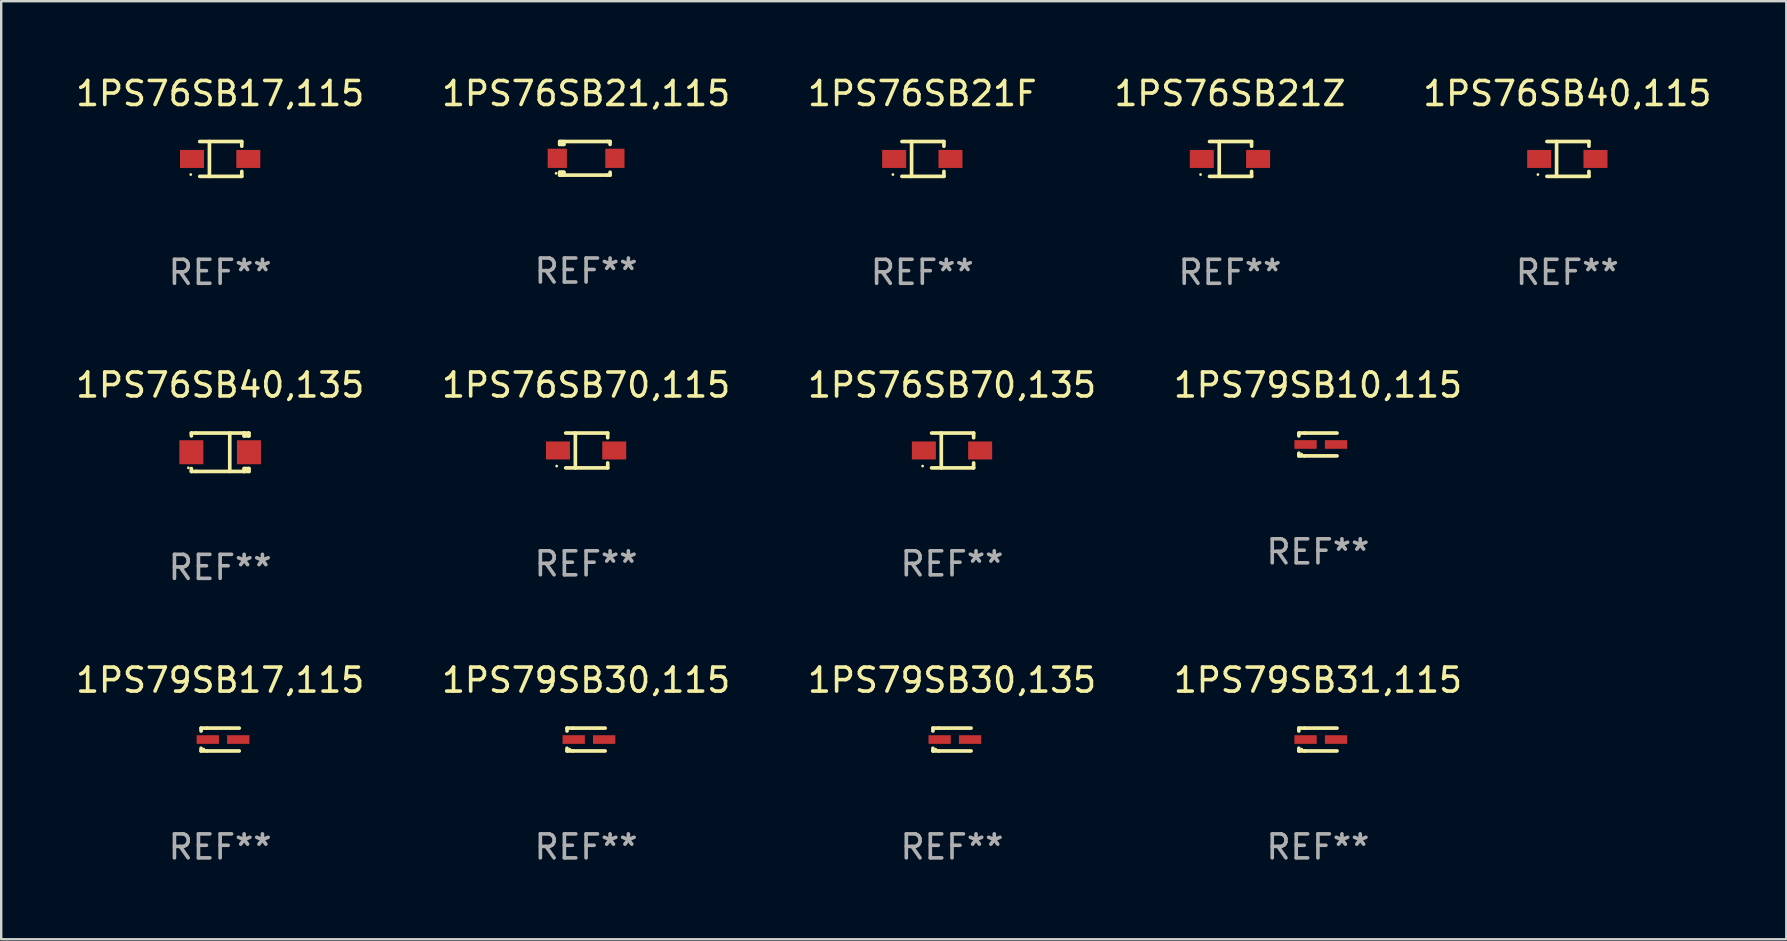
<source format=kicad_pcb>
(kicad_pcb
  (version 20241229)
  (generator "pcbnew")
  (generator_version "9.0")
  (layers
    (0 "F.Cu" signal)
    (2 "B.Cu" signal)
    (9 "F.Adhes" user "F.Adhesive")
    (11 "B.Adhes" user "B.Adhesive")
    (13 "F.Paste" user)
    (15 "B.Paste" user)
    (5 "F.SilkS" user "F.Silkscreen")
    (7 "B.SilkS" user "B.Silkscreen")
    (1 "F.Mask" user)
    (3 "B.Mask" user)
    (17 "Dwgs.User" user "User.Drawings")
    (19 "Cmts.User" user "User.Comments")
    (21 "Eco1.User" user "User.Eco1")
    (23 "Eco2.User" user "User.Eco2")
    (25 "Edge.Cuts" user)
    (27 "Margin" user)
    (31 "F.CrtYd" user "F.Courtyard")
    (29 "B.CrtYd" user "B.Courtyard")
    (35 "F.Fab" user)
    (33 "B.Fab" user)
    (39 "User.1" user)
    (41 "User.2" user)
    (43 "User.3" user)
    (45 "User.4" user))
  (footprint "1PS79SB30,115"
    (layer "F.Cu")
    (at 21.375 27.77)
    (property "Reference" "1PS79SB30,115" (at 0 -2.476 0) (layer "F.SilkS") (effects (font (size 1 1) (thickness 0.15))))
    (attr through_hole)
    (fp_line (start -0.795 -0.476) (end -0.795 -0.356) (stroke (width 0.152) (type solid)) (layer "F.SilkS"))
    (fp_line (start -0.795 0.363) (end -0.795 0.476) (stroke (width 0.152) (type solid)) (layer "F.SilkS"))
    (fp_line (start -0.795 0.476) (end -0.557 0.476) (stroke (width 0.152) (type solid)) (layer "F.SilkS"))
    (fp_line (start -0.557 -0.476) (end -0.795 -0.476) (stroke (width 0.152) (type solid)) (layer "F.SilkS"))
    (fp_line (start -0.557 -0.476) (end 0.795 -0.476) (stroke (width 0.152) (type solid)) (layer "F.SilkS"))
    (fp_line (start -0.557 0.476) (end 0.795 0.476) (stroke (width 0.152) (type solid)) (layer "F.SilkS"))
    (fp_circle (center -0.681 0.4) (end -0.651 0.4) (stroke (width 0.06) (type solid)) (fill no) (layer "F.SilkS"))
    (fp_text user "REF**" (at 0 4.476 0) (layer "F.Fab") (effects (font (size 1 1) (thickness 0.15))))
    (pad "1" smd rect (at -0.516 0 180) (size 0.93 0.36) (layers "F.Cu" "F.Mask" "F.Paste"))
    (pad "2" smd rect (at 0.754 0 180) (size 0.93 0.36) (layers "F.Cu" "F.Mask" "F.Paste")))
  (footprint "1PS79SB30,135"
    (layer "F.Cu")
    (at 36.625 27.77)
    (property "Reference" "1PS79SB30,135" (at 0 -2.476 0) (layer "F.SilkS") (effects (font (size 1 1) (thickness 0.15))))
    (attr through_hole)
    (fp_line (start -0.795 -0.476) (end -0.795 -0.356) (stroke (width 0.152) (type solid)) (layer "F.SilkS"))
    (fp_line (start -0.795 0.363) (end -0.795 0.476) (stroke (width 0.152) (type solid)) (layer "F.SilkS"))
    (fp_line (start -0.795 0.476) (end -0.557 0.476) (stroke (width 0.152) (type solid)) (layer "F.SilkS"))
    (fp_line (start -0.557 -0.476) (end -0.795 -0.476) (stroke (width 0.152) (type solid)) (layer "F.SilkS"))
    (fp_line (start -0.557 -0.476) (end 0.795 -0.476) (stroke (width 0.152) (type solid)) (layer "F.SilkS"))
    (fp_line (start -0.557 0.476) (end 0.795 0.476) (stroke (width 0.152) (type solid)) (layer "F.SilkS"))
    (fp_circle (center -0.681 0.4) (end -0.651 0.4) (stroke (width 0.06) (type solid)) (fill no) (layer "F.SilkS"))
    (fp_text user "REF**" (at 0 4.476 0) (layer "F.Fab") (effects (font (size 1 1) (thickness 0.15))))
    (pad "1" smd rect (at -0.516 0 180) (size 0.93 0.36) (layers "F.Cu" "F.Mask" "F.Paste"))
    (pad "2" smd rect (at 0.754 0 180) (size 0.93 0.36) (layers "F.Cu" "F.Mask" "F.Paste")))
  (footprint "1PS76SB21,115"
    (layer "F.Cu")
    (at 21.375 3.548)
    (property "Reference" "1PS76SB21,115" (at 0 -2.7 0) (layer "F.SilkS") (effects (font (size 1 1) (thickness 0.15))))
    (attr through_hole)
    (fp_line (start -1.1 -0.7) (end -1.1 -0.58) (stroke (width 0.152) (type solid)) (layer "F.SilkS"))
    (fp_line (start -1.1 0.58) (end -1.1 0.7) (stroke (width 0.152) (type solid)) (layer "F.SilkS"))
    (fp_line (start -1.1 0.58) (end -0.927 0.58) (stroke (width 0.152) (type solid)) (layer "F.SilkS"))
    (fp_line (start -1.1 0.7) (end 0.9 0.7) (stroke (width 0.152) (type solid)) (layer "F.SilkS"))
    (fp_line (start -1.014 -0.58) (end -1.014 -0.7) (stroke (width 0.152) (type solid)) (layer "F.SilkS"))
    (fp_line (start -1.014 0.7) (end -1.014 0.58) (stroke (width 0.152) (type solid)) (layer "F.SilkS"))
    (fp_line (start -0.927 -0.7) (end -0.927 -0.58) (stroke (width 0.152) (type solid)) (layer "F.SilkS"))
    (fp_line (start -0.927 -0.58) (end -1.1 -0.58) (stroke (width 0.152) (type solid)) (layer "F.SilkS"))
    (fp_line (start -0.927 0.58) (end -0.927 0.7) (stroke (width 0.152) (type solid)) (layer "F.SilkS"))
    (fp_line (start 0.9 -0.7) (end -1.1 -0.7) (stroke (width 0.152) (type solid)) (layer "F.SilkS"))
    (fp_line (start 0.9 0.7) (end 1 0.7) (stroke (width 0.152) (type solid)) (layer "F.SilkS"))
    (fp_line (start 1 -0.7) (end 0.9 -0.7) (stroke (width 0.152) (type solid)) (layer "F.SilkS"))
    (fp_line (start 1 -0.58) (end 1 -0.7) (stroke (width 0.152) (type solid)) (layer "F.SilkS"))
    (fp_line (start 1 0.7) (end 1 0.58) (stroke (width 0.152) (type solid)) (layer "F.SilkS"))
    (fp_circle (center -1.25 0.625) (end -1.22 0.625) (stroke (width 0.06) (type solid)) (fill no) (layer "F.SilkS"))
    (fp_text user "REF**" (at 0 4.7 0) (layer "F.Fab") (effects (font (size 1 1) (thickness 0.15))))
    (pad "1" smd rect (at -1.2 0) (size 0.8 0.8) (layers "F.Cu" "F.Mask" "F.Paste"))
    (pad "2" smd rect (at 1.2 0) (size 0.8 0.8) (layers "F.Cu" "F.Mask" "F.Paste")))
  (footprint "1PS79SB10,115"
    (layer "F.Cu")
    (at 51.875 15.473)
    (property "Reference" "1PS79SB10,115" (at 0 -2.476 0) (layer "F.SilkS") (effects (font (size 1 1) (thickness 0.15))))
    (attr through_hole)
    (fp_line (start -0.795 -0.476) (end -0.795 -0.356) (stroke (width 0.152) (type solid)) (layer "F.SilkS"))
    (fp_line (start -0.795 0.363) (end -0.795 0.476) (stroke (width 0.152) (type solid)) (layer "F.SilkS"))
    (fp_line (start -0.795 0.476) (end -0.557 0.476) (stroke (width 0.152) (type solid)) (layer "F.SilkS"))
    (fp_line (start -0.557 -0.476) (end -0.795 -0.476) (stroke (width 0.152) (type solid)) (layer "F.SilkS"))
    (fp_line (start -0.557 -0.476) (end 0.795 -0.476) (stroke (width 0.152) (type solid)) (layer "F.SilkS"))
    (fp_line (start -0.557 0.476) (end 0.795 0.476) (stroke (width 0.152) (type solid)) (layer "F.SilkS"))
    (fp_circle (center -0.681 0.4) (end -0.651 0.4) (stroke (width 0.06) (type solid)) (fill no) (layer "F.SilkS"))
    (fp_text user "REF**" (at 0 4.476 0) (layer "F.Fab") (effects (font (size 1 1) (thickness 0.15))))
    (pad "1" smd rect (at -0.516 0 180) (size 0.93 0.36) (layers "F.Cu" "F.Mask" "F.Paste"))
    (pad "2" smd rect (at 0.754 0 180) (size 0.93 0.36) (layers "F.Cu" "F.Mask" "F.Paste")))
  (footprint "1PS76SB21F"
    (layer "F.Cu")
    (at 35.387 3.574)
    (property "Reference" "1PS76SB21F" (at 0 -2.726 0) (layer "F.SilkS") (effects (font (size 1 1) (thickness 0.15))))
    (attr through_hole)
    (fp_line (start -0.851 -0.726) (end 0.901 -0.726) (stroke (width 0.152) (type solid)) (layer "F.SilkS"))
    (fp_line (start -0.851 0.726) (end 0.901 0.726) (stroke (width 0.152) (type solid)) (layer "F.SilkS"))
    (fp_line (start -0.447 -0.726) (end -0.447 0.726) (stroke (width 0.152) (type solid)) (layer "F.SilkS"))
    (fp_line (start 0.901 -0.726) (end 0.901 -0.53) (stroke (width 0.152) (type solid)) (layer "F.SilkS"))
    (fp_line (start 0.901 0.726) (end 0.901 0.52) (stroke (width 0.152) (type solid)) (layer "F.SilkS"))
    (fp_circle (center -1.225 0.65) (end -1.195 0.65) (stroke (width 0.06) (type solid)) (fill no) (layer "F.SilkS"))
    (fp_text user "REF**" (at 0 4.726 0) (layer "F.Fab") (effects (font (size 1 1) (thickness 0.15))))
    (pad "1" smd rect (at -1.173 0) (size 1 0.75) (layers "F.Cu" "F.Mask" "F.Paste"))
    (pad "2" smd rect (at 1.173 0) (size 1 0.75) (layers "F.Cu" "F.Mask" "F.Paste")))
  (footprint "1PS76SB40,115"
    (layer "F.Cu")
    (at 62.268 3.574)
    (property "Reference" "1PS76SB40,115" (at 0 -2.726 0) (layer "F.SilkS") (effects (font (size 1 1) (thickness 0.15))))
    (attr through_hole)
    (fp_line (start -0.851 -0.726) (end 0.901 -0.726) (stroke (width 0.152) (type solid)) (layer "F.SilkS"))
    (fp_line (start -0.851 0.726) (end 0.901 0.726) (stroke (width 0.152) (type solid)) (layer "F.SilkS"))
    (fp_line (start -0.447 -0.726) (end -0.447 0.726) (stroke (width 0.152) (type solid)) (layer "F.SilkS"))
    (fp_line (start 0.901 -0.726) (end 0.901 -0.53) (stroke (width 0.152) (type solid)) (layer "F.SilkS"))
    (fp_line (start 0.901 0.726) (end 0.901 0.52) (stroke (width 0.152) (type solid)) (layer "F.SilkS"))
    (fp_circle (center -1.225 0.65) (end -1.195 0.65) (stroke (width 0.06) (type solid)) (fill no) (layer "F.SilkS"))
    (fp_text user "REF**" (at 0 4.726 0) (layer "F.Fab") (effects (font (size 1 1) (thickness 0.15))))
    (pad "1" smd rect (at -1.173 0) (size 1 0.75) (layers "F.Cu" "F.Mask" "F.Paste"))
    (pad "2" smd rect (at 1.173 0) (size 1 0.75) (layers "F.Cu" "F.Mask" "F.Paste")))
  (footprint "1PS76SB21Z"
    (layer "F.Cu")
    (at 48.208 3.574)
    (property "Reference" "1PS76SB21Z" (at 0 -2.726 0) (layer "F.SilkS") (effects (font (size 1 1) (thickness 0.15))))
    (attr through_hole)
    (fp_line (start -0.851 -0.726) (end 0.901 -0.726) (stroke (width 0.152) (type solid)) (layer "F.SilkS"))
    (fp_line (start -0.851 0.726) (end 0.901 0.726) (stroke (width 0.152) (type solid)) (layer "F.SilkS"))
    (fp_line (start -0.447 -0.726) (end -0.447 0.726) (stroke (width 0.152) (type solid)) (layer "F.SilkS"))
    (fp_line (start 0.901 -0.726) (end 0.901 -0.53) (stroke (width 0.152) (type solid)) (layer "F.SilkS"))
    (fp_line (start 0.901 0.726) (end 0.901 0.52) (stroke (width 0.152) (type solid)) (layer "F.SilkS"))
    (fp_circle (center -1.225 0.65) (end -1.195 0.65) (stroke (width 0.06) (type solid)) (fill no) (layer "F.SilkS"))
    (fp_text user "REF**" (at 0 4.726 0) (layer "F.Fab") (effects (font (size 1 1) (thickness 0.15))))
    (pad "1" smd rect (at -1.173 0) (size 1 0.75) (layers "F.Cu" "F.Mask" "F.Paste"))
    (pad "2" smd rect (at 1.173 0) (size 1 0.75) (layers "F.Cu" "F.Mask" "F.Paste")))
  (footprint "1PS79SB31,115"
    (layer "F.Cu")
    (at 51.875 27.77)
    (property "Reference" "1PS79SB31,115" (at 0 -2.476 0) (layer "F.SilkS") (effects (font (size 1 1) (thickness 0.15))))
    (attr through_hole)
    (fp_line (start -0.795 -0.476) (end -0.795 -0.356) (stroke (width 0.152) (type solid)) (layer "F.SilkS"))
    (fp_line (start -0.795 0.363) (end -0.795 0.476) (stroke (width 0.152) (type solid)) (layer "F.SilkS"))
    (fp_line (start -0.795 0.476) (end -0.557 0.476) (stroke (width 0.152) (type solid)) (layer "F.SilkS"))
    (fp_line (start -0.557 -0.476) (end -0.795 -0.476) (stroke (width 0.152) (type solid)) (layer "F.SilkS"))
    (fp_line (start -0.557 -0.476) (end 0.795 -0.476) (stroke (width 0.152) (type solid)) (layer "F.SilkS"))
    (fp_line (start -0.557 0.476) (end 0.795 0.476) (stroke (width 0.152) (type solid)) (layer "F.SilkS"))
    (fp_circle (center -0.681 0.4) (end -0.651 0.4) (stroke (width 0.06) (type solid)) (fill no) (layer "F.SilkS"))
    (fp_text user "REF**" (at 0 4.476 0) (layer "F.Fab") (effects (font (size 1 1) (thickness 0.15))))
    (pad "1" smd rect (at -0.516 0 180) (size 0.93 0.36) (layers "F.Cu" "F.Mask" "F.Paste"))
    (pad "2" smd rect (at 0.754 0 180) (size 0.93 0.36) (layers "F.Cu" "F.Mask" "F.Paste")))
  (footprint "1PS76SB70,115"
    (layer "F.Cu")
    (at 21.375 15.723)
    (property "Reference" "1PS76SB70,115" (at 0 -2.726 0) (layer "F.SilkS") (effects (font (size 1 1) (thickness 0.15))))
    (attr through_hole)
    (fp_line (start -0.851 -0.726) (end 0.901 -0.726) (stroke (width 0.152) (type solid)) (layer "F.SilkS"))
    (fp_line (start -0.851 0.726) (end 0.901 0.726) (stroke (width 0.152) (type solid)) (layer "F.SilkS"))
    (fp_line (start -0.447 -0.726) (end -0.447 0.726) (stroke (width 0.152) (type solid)) (layer "F.SilkS"))
    (fp_line (start 0.901 -0.726) (end 0.901 -0.53) (stroke (width 0.152) (type solid)) (layer "F.SilkS"))
    (fp_line (start 0.901 0.726) (end 0.901 0.52) (stroke (width 0.152) (type solid)) (layer "F.SilkS"))
    (fp_circle (center -1.225 0.65) (end -1.195 0.65) (stroke (width 0.06) (type solid)) (fill no) (layer "F.SilkS"))
    (fp_text user "REF**" (at 0 4.726 0) (layer "F.Fab") (effects (font (size 1 1) (thickness 0.15))))
    (pad "1" smd rect (at -1.173 0) (size 1 0.75) (layers "F.Cu" "F.Mask" "F.Paste"))
    (pad "2" smd rect (at 1.173 0) (size 1 0.75) (layers "F.Cu" "F.Mask" "F.Paste")))
  (footprint "1PS79SB17,115"
    (layer "F.Cu")
    (at 6.125 27.77)
    (property "Reference" "1PS79SB17,115" (at 0 -2.476 0) (layer "F.SilkS") (effects (font (size 1 1) (thickness 0.15))))
    (attr through_hole)
    (fp_line (start -0.795 -0.476) (end -0.795 -0.356) (stroke (width 0.152) (type solid)) (layer "F.SilkS"))
    (fp_line (start -0.795 0.363) (end -0.795 0.476) (stroke (width 0.152) (type solid)) (layer "F.SilkS"))
    (fp_line (start -0.795 0.476) (end -0.557 0.476) (stroke (width 0.152) (type solid)) (layer "F.SilkS"))
    (fp_line (start -0.557 -0.476) (end -0.795 -0.476) (stroke (width 0.152) (type solid)) (layer "F.SilkS"))
    (fp_line (start -0.557 -0.476) (end 0.795 -0.476) (stroke (width 0.152) (type solid)) (layer "F.SilkS"))
    (fp_line (start -0.557 0.476) (end 0.795 0.476) (stroke (width 0.152) (type solid)) (layer "F.SilkS"))
    (fp_circle (center -0.681 0.4) (end -0.651 0.4) (stroke (width 0.06) (type solid)) (fill no) (layer "F.SilkS"))
    (fp_text user "REF**" (at 0 4.476 0) (layer "F.Fab") (effects (font (size 1 1) (thickness 0.15))))
    (pad "1" smd rect (at -0.516 0 180) (size 0.93 0.36) (layers "F.Cu" "F.Mask" "F.Paste"))
    (pad "2" smd rect (at 0.754 0 180) (size 0.93 0.36) (layers "F.Cu" "F.Mask" "F.Paste")))
  (footprint "1PS76SB70,135"
    (layer "F.Cu")
    (at 36.625 15.723)
    (property "Reference" "1PS76SB70,135" (at 0 -2.726 0) (layer "F.SilkS") (effects (font (size 1 1) (thickness 0.15))))
    (attr through_hole)
    (fp_line (start -0.851 -0.726) (end 0.901 -0.726) (stroke (width 0.152) (type solid)) (layer "F.SilkS"))
    (fp_line (start -0.851 0.726) (end 0.901 0.726) (stroke (width 0.152) (type solid)) (layer "F.SilkS"))
    (fp_line (start -0.447 -0.726) (end -0.447 0.726) (stroke (width 0.152) (type solid)) (layer "F.SilkS"))
    (fp_line (start 0.901 -0.726) (end 0.901 -0.53) (stroke (width 0.152) (type solid)) (layer "F.SilkS"))
    (fp_line (start 0.901 0.726) (end 0.901 0.52) (stroke (width 0.152) (type solid)) (layer "F.SilkS"))
    (fp_circle (center -1.225 0.65) (end -1.195 0.65) (stroke (width 0.06) (type solid)) (fill no) (layer "F.SilkS"))
    (fp_text user "REF**" (at 0 4.726 0) (layer "F.Fab") (effects (font (size 1 1) (thickness 0.15))))
    (pad "1" smd rect (at -1.173 0) (size 1 0.75) (layers "F.Cu" "F.Mask" "F.Paste"))
    (pad "2" smd rect (at 1.173 0) (size 1 0.75) (layers "F.Cu" "F.Mask" "F.Paste")))
  (footprint "1PS76SB40,135"
    (layer "F.Cu")
    (at 6.125 15.797)
    (property "Reference" "1PS76SB40,135" (at 0 -2.8 0) (layer "F.SilkS") (effects (font (size 1 1) (thickness 0.15))))
    (attr through_hole)
    (fp_line (start -1.2 -0.8) (end -1.2 -0.68) (stroke (width 0.152) (type solid)) (layer "F.SilkS"))
    (fp_line (start -1.2 0.68) (end -1.2 0.8) (stroke (width 0.152) (type solid)) (layer "F.SilkS"))
    (fp_line (start -1.2 0.8) (end -1 0.8) (stroke (width 0.152) (type solid)) (layer "F.SilkS"))
    (fp_line (start -1 -0.8) (end -1.2 -0.8) (stroke (width 0.152) (type solid)) (layer "F.SilkS"))
    (fp_line (start -1 -0.8) (end 1 -0.8) (stroke (width 0.152) (type solid)) (layer "F.SilkS"))
    (fp_line (start -1 0.8) (end 1 0.8) (stroke (width 0.152) (type solid)) (layer "F.SilkS"))
    (fp_line (start 0.4 -0.8) (end 0.4 0.8) (stroke (width 0.152) (type solid)) (layer "F.SilkS"))
    (fp_line (start 1 -0.8) (end 1 -0.68) (stroke (width 0.152) (type solid)) (layer "F.SilkS"))
    (fp_line (start 1 -0.8) (end 1.2 -0.8) (stroke (width 0.152) (type solid)) (layer "F.SilkS"))
    (fp_line (start 1 0.68) (end 1 0.8) (stroke (width 0.152) (type solid)) (layer "F.SilkS"))
    (fp_line (start 1 0.68) (end 1.2 0.68) (stroke (width 0.152) (type solid)) (layer "F.SilkS"))
    (fp_line (start 1.2 -0.8) (end 1.2 -0.68) (stroke (width 0.152) (type solid)) (layer "F.SilkS"))
    (fp_line (start 1.2 -0.68) (end 1 -0.68) (stroke (width 0.152) (type solid)) (layer "F.SilkS"))
    (fp_line (start 1.2 0.68) (end 1.2 0.8) (stroke (width 0.152) (type solid)) (layer "F.SilkS"))
    (fp_line (start 1.2 0.8) (end 1 0.8) (stroke (width 0.152) (type solid)) (layer "F.SilkS"))
    (fp_circle (center -1.325 0.65) (end -1.295 0.65) (stroke (width 0.06) (type solid)) (fill no) (layer "F.SilkS"))
    (fp_text user "REF**" (at 0 4.8 0) (layer "F.Fab") (effects (font (size 1 1) (thickness 0.15))))
    (pad "1" smd rect (at -1.2 0 180) (size 1 1) (layers "F.Cu" "F.Mask" "F.Paste"))
    (pad "2" smd rect (at 1.2 0 180) (size 1 1) (layers "F.Cu" "F.Mask" "F.Paste")))
  (footprint "1PS76SB17,115"
    (layer "F.Cu")
    (at 6.125 3.574)
    (property "Reference" "1PS76SB17,115" (at 0 -2.726 0) (layer "F.SilkS") (effects (font (size 1 1) (thickness 0.15))))
    (attr through_hole)
    (fp_line (start -0.851 -0.726) (end 0.901 -0.726) (stroke (width 0.152) (type solid)) (layer "F.SilkS"))
    (fp_line (start -0.851 0.726) (end 0.901 0.726) (stroke (width 0.152) (type solid)) (layer "F.SilkS"))
    (fp_line (start -0.447 -0.726) (end -0.447 0.726) (stroke (width 0.152) (type solid)) (layer "F.SilkS"))
    (fp_line (start 0.901 -0.726) (end 0.901 -0.53) (stroke (width 0.152) (type solid)) (layer "F.SilkS"))
    (fp_line (start 0.901 0.726) (end 0.901 0.52) (stroke (width 0.152) (type solid)) (layer "F.SilkS"))
    (fp_circle (center -1.225 0.65) (end -1.195 0.65) (stroke (width 0.06) (type solid)) (fill no) (layer "F.SilkS"))
    (fp_text user "REF**" (at 0 4.726 0) (layer "F.Fab") (effects (font (size 1 1) (thickness 0.15))))
    (pad "1" smd rect (at -1.173 0) (size 1 0.75) (layers "F.Cu" "F.Mask" "F.Paste"))
    (pad "2" smd rect (at 1.173 0) (size 1 0.75) (layers "F.Cu" "F.Mask" "F.Paste")))
  (gr_rect
    (start -3 -3)
    (end 71.393 36.095)
    (stroke (width 0.1) (type default))
    (fill no)
    (layer "Edge.Cuts")))
</source>
